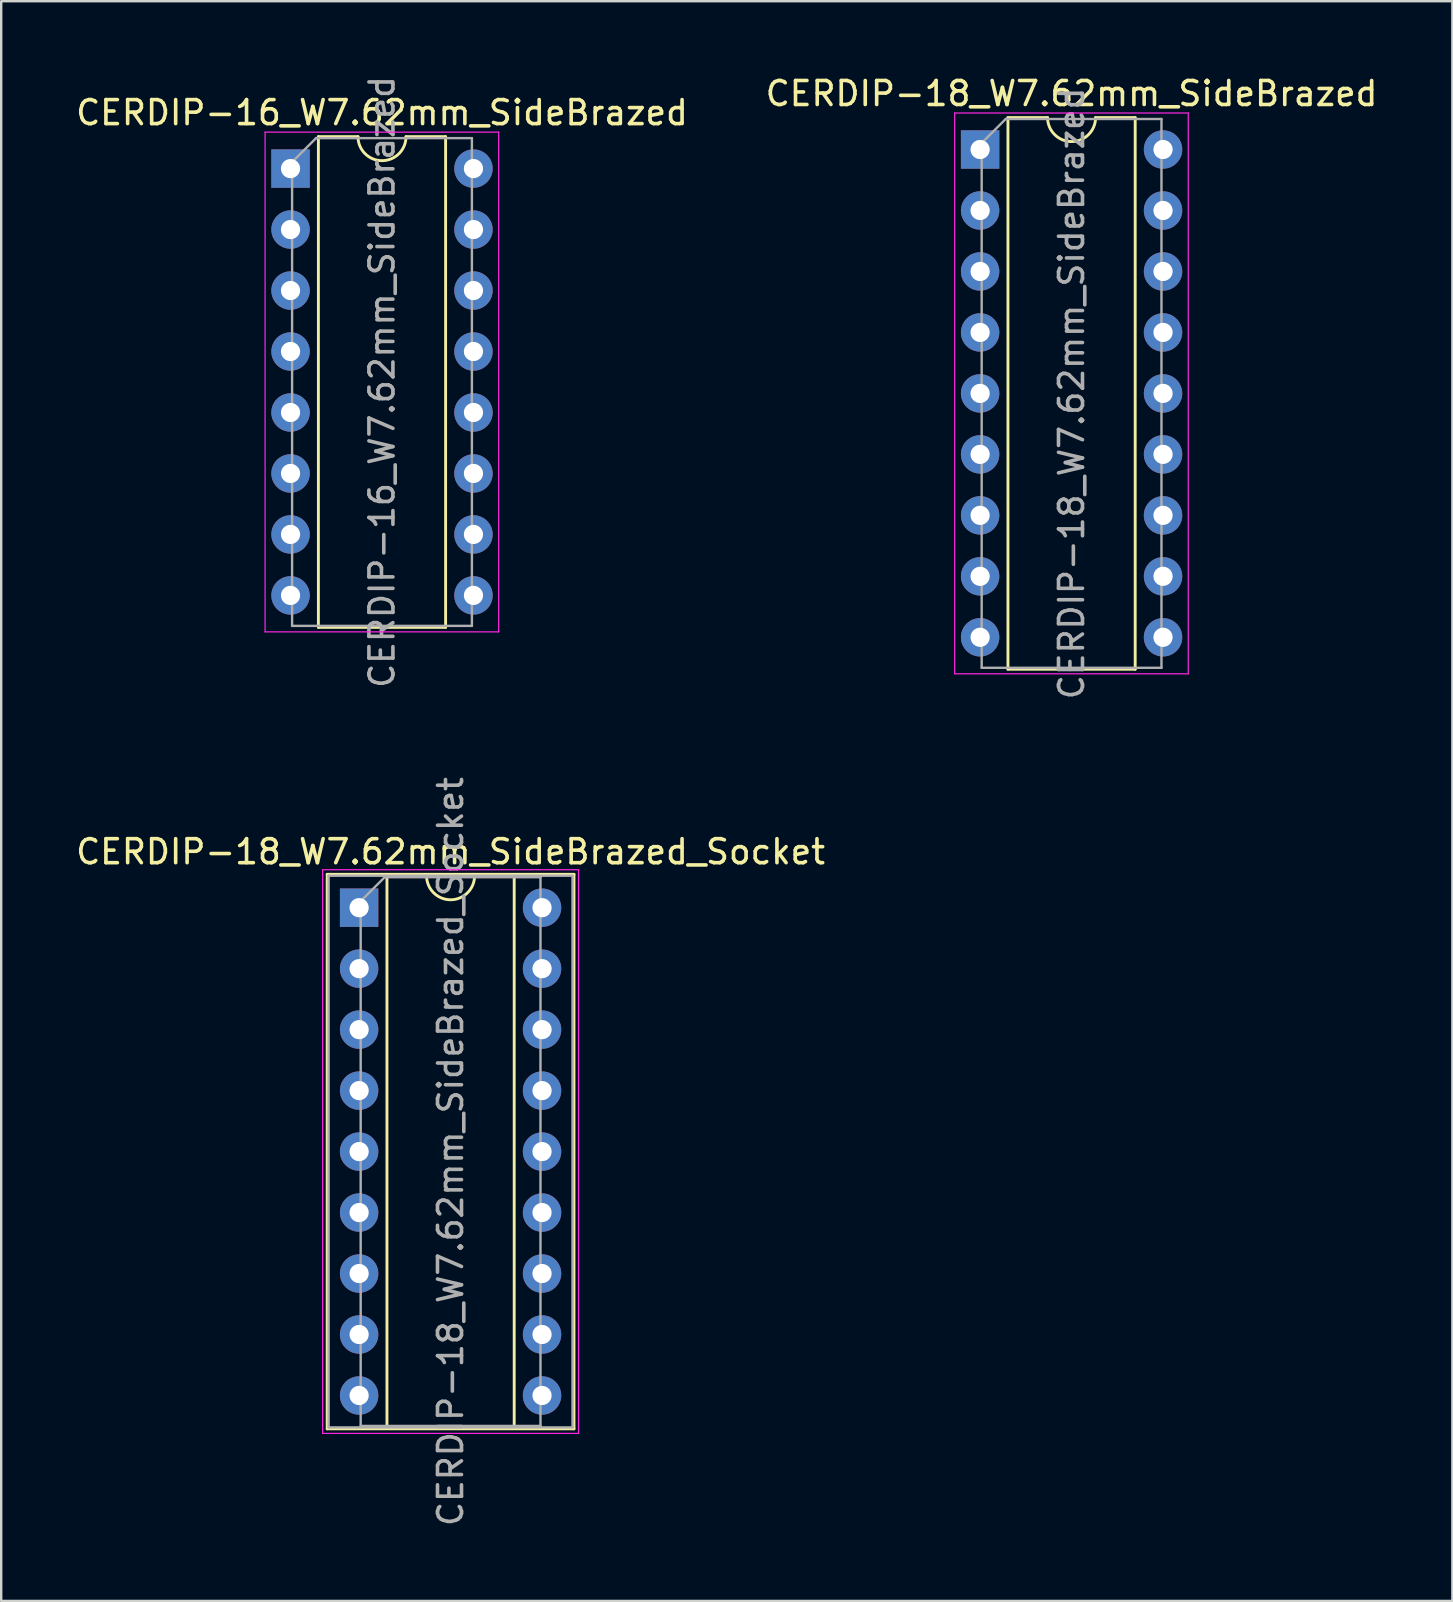
<source format=kicad_pcb>
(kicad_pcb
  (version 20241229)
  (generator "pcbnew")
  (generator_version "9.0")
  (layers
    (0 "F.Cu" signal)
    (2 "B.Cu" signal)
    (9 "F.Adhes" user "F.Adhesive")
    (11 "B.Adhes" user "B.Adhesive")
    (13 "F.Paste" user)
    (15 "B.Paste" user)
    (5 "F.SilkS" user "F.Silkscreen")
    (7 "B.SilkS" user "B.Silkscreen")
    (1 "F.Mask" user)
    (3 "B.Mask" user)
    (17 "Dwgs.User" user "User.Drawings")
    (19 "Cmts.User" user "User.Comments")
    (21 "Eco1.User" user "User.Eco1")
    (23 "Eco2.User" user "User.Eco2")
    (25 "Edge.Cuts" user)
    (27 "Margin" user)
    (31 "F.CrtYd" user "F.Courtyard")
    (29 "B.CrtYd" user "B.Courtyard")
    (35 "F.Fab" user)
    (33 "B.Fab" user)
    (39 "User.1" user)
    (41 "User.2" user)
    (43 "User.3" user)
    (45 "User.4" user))
  (footprint "CERDIP-18_W7.62mm_SideBrazed_Socket"
    (layer "F.Cu")
    (at 11.91 34.762)
    (property "Reference" "CERDIP-18_W7.62mm_SideBrazed_Socket" (at 3.81 -2.33 0) (layer "F.SilkS") (effects (font (size 1 1) (thickness 0.15))))
    (attr through_hole)
    (fp_line (start -1.33 -1.39) (end -1.33 21.71) (stroke (width 0.12) (type solid)) (layer "F.SilkS"))
    (fp_line (start -1.33 21.71) (end 8.95 21.71) (stroke (width 0.12) (type solid)) (layer "F.SilkS"))
    (fp_line (start 1.16 -1.33) (end 1.16 21.65) (stroke (width 0.12) (type solid)) (layer "F.SilkS"))
    (fp_line (start 1.16 21.65) (end 6.46 21.65) (stroke (width 0.12) (type solid)) (layer "F.SilkS"))
    (fp_line (start 2.81 -1.33) (end 1.16 -1.33) (stroke (width 0.12) (type solid)) (layer "F.SilkS"))
    (fp_line (start 6.46 -1.33) (end 4.81 -1.33) (stroke (width 0.12) (type solid)) (layer "F.SilkS"))
    (fp_line (start 6.46 21.65) (end 6.46 -1.33) (stroke (width 0.12) (type solid)) (layer "F.SilkS"))
    (fp_line (start 8.95 -1.39) (end -1.33 -1.39) (stroke (width 0.12) (type solid)) (layer "F.SilkS"))
    (fp_line (start 8.95 21.71) (end 8.95 -1.39) (stroke (width 0.12) (type solid)) (layer "F.SilkS"))
    (fp_arc (start 4.81 -1.33) (mid 3.81 -0.33) (end 2.81 -1.33) (stroke (width 0.12) (type solid)) (layer "F.SilkS"))
    (fp_line (start -1.52 -1.58) (end -1.52 21.9) (stroke (width 0.05) (type solid)) (layer "F.CrtYd"))
    (fp_line (start -1.52 21.9) (end 9.14 21.9) (stroke (width 0.05) (type solid)) (layer "F.CrtYd"))
    (fp_line (start 9.14 -1.58) (end -1.52 -1.58) (stroke (width 0.05) (type solid)) (layer "F.CrtYd"))
    (fp_line (start 9.14 21.9) (end 9.14 -1.58) (stroke (width 0.05) (type solid)) (layer "F.CrtYd"))
    (fp_line (start -1.27 -1.33) (end -1.27 21.65) (stroke (width 0.1) (type solid)) (layer "F.Fab"))
    (fp_line (start -1.27 21.65) (end 8.89 21.65) (stroke (width 0.1) (type solid)) (layer "F.Fab"))
    (fp_line (start 0.065 -0.27) (end 1.065 -1.27) (stroke (width 0.1) (type solid)) (layer "F.Fab"))
    (fp_line (start 0.065 21.59) (end 0.065 -0.27) (stroke (width 0.1) (type solid)) (layer "F.Fab"))
    (fp_line (start 1.065 -1.27) (end 7.555 -1.27) (stroke (width 0.1) (type solid)) (layer "F.Fab"))
    (fp_line (start 7.555 -1.27) (end 7.555 21.59) (stroke (width 0.1) (type solid)) (layer "F.Fab"))
    (fp_line (start 7.555 21.59) (end 0.065 21.59) (stroke (width 0.1) (type solid)) (layer "F.Fab"))
    (fp_line (start 8.89 -1.33) (end -1.27 -1.33) (stroke (width 0.1) (type solid)) (layer "F.Fab"))
    (fp_line (start 8.89 21.65) (end 8.89 -1.33) (stroke (width 0.1) (type solid)) (layer "F.Fab"))
    (fp_text user "${REFERENCE}" (at 3.81 10.16 90) (layer "F.Fab") (effects (font (size 1 1) (thickness 0.15))))
    (pad "1" thru_hole rect (at 0 0) (size 1.6 1.6) (drill 0.8) (layers "*.Cu" "*.Mask"))
    (pad "2" thru_hole circle (at 0 2.54) (size 1.6 1.6) (drill 0.8) (layers "*.Cu" "*.Mask"))
    (pad "3" thru_hole circle (at 0 5.08) (size 1.6 1.6) (drill 0.8) (layers "*.Cu" "*.Mask"))
    (pad "4" thru_hole circle (at 0 7.62) (size 1.6 1.6) (drill 0.8) (layers "*.Cu" "*.Mask"))
    (pad "5" thru_hole circle (at 0 10.16) (size 1.6 1.6) (drill 0.8) (layers "*.Cu" "*.Mask"))
    (pad "6" thru_hole circle (at 0 12.7) (size 1.6 1.6) (drill 0.8) (layers "*.Cu" "*.Mask"))
    (pad "7" thru_hole circle (at 0 15.24) (size 1.6 1.6) (drill 0.8) (layers "*.Cu" "*.Mask"))
    (pad "8" thru_hole circle (at 0 17.78) (size 1.6 1.6) (drill 0.8) (layers "*.Cu" "*.Mask"))
    (pad "9" thru_hole circle (at 0 20.32) (size 1.6 1.6) (drill 0.8) (layers "*.Cu" "*.Mask"))
    (pad "10" thru_hole circle (at 7.62 20.32) (size 1.6 1.6) (drill 0.8) (layers "*.Cu" "*.Mask"))
    (pad "11" thru_hole circle (at 7.62 17.78) (size 1.6 1.6) (drill 0.8) (layers "*.Cu" "*.Mask"))
    (pad "12" thru_hole circle (at 7.62 15.24) (size 1.6 1.6) (drill 0.8) (layers "*.Cu" "*.Mask"))
    (pad "13" thru_hole circle (at 7.62 12.7) (size 1.6 1.6) (drill 0.8) (layers "*.Cu" "*.Mask"))
    (pad "14" thru_hole circle (at 7.62 10.16) (size 1.6 1.6) (drill 0.8) (layers "*.Cu" "*.Mask"))
    (pad "15" thru_hole circle (at 7.62 7.62) (size 1.6 1.6) (drill 0.8) (layers "*.Cu" "*.Mask"))
    (pad "16" thru_hole circle (at 7.62 5.08) (size 1.6 1.6) (drill 0.8) (layers "*.Cu" "*.Mask"))
    (pad "17" thru_hole circle (at 7.62 2.54) (size 1.6 1.6) (drill 0.8) (layers "*.Cu" "*.Mask"))
    (pad "18" thru_hole circle (at 7.62 0) (size 1.6 1.6) (drill 0.8) (layers "*.Cu" "*.Mask")))
  (footprint "CERDIP-16_W7.62mm_SideBrazed"
    (layer "F.Cu")
    (at 9.053 3.973)
    (property "Reference" "CERDIP-16_W7.62mm_SideBrazed" (at 3.81 -2.33 0) (layer "F.SilkS") (effects (font (size 1 1) (thickness 0.15))))
    (attr through_hole)
    (fp_line (start 1.16 -1.33) (end 1.16 19.11) (stroke (width 0.12) (type solid)) (layer "F.SilkS"))
    (fp_line (start 1.16 19.11) (end 6.46 19.11) (stroke (width 0.12) (type solid)) (layer "F.SilkS"))
    (fp_line (start 2.81 -1.33) (end 1.16 -1.33) (stroke (width 0.12) (type solid)) (layer "F.SilkS"))
    (fp_line (start 6.46 -1.33) (end 4.81 -1.33) (stroke (width 0.12) (type solid)) (layer "F.SilkS"))
    (fp_line (start 6.46 19.11) (end 6.46 -1.33) (stroke (width 0.12) (type solid)) (layer "F.SilkS"))
    (fp_arc (start 4.81 -1.33) (mid 3.81 -0.33) (end 2.81 -1.33) (stroke (width 0.12) (type solid)) (layer "F.SilkS"))
    (fp_line (start -1.06 -1.52) (end -1.06 19.3) (stroke (width 0.05) (type solid)) (layer "F.CrtYd"))
    (fp_line (start -1.06 19.3) (end 8.67 19.3) (stroke (width 0.05) (type solid)) (layer "F.CrtYd"))
    (fp_line (start 8.67 -1.52) (end -1.06 -1.52) (stroke (width 0.05) (type solid)) (layer "F.CrtYd"))
    (fp_line (start 8.67 19.3) (end 8.67 -1.52) (stroke (width 0.05) (type solid)) (layer "F.CrtYd"))
    (fp_line (start 0.065 -0.27) (end 1.065 -1.27) (stroke (width 0.1) (type solid)) (layer "F.Fab"))
    (fp_line (start 0.065 19.05) (end 0.065 -0.27) (stroke (width 0.1) (type solid)) (layer "F.Fab"))
    (fp_line (start 1.065 -1.27) (end 7.555 -1.27) (stroke (width 0.1) (type solid)) (layer "F.Fab"))
    (fp_line (start 7.555 -1.27) (end 7.555 19.05) (stroke (width 0.1) (type solid)) (layer "F.Fab"))
    (fp_line (start 7.555 19.05) (end 0.065 19.05) (stroke (width 0.1) (type solid)) (layer "F.Fab"))
    (fp_text user "${REFERENCE}" (at 3.81 8.89 90) (layer "F.Fab") (effects (font (size 1 1) (thickness 0.15))))
    (pad "1" thru_hole rect (at 0 0) (size 1.6 1.6) (drill 0.8) (layers "*.Cu" "*.Mask"))
    (pad "2" thru_hole circle (at 0 2.54) (size 1.6 1.6) (drill 0.8) (layers "*.Cu" "*.Mask"))
    (pad "3" thru_hole circle (at 0 5.08) (size 1.6 1.6) (drill 0.8) (layers "*.Cu" "*.Mask"))
    (pad "4" thru_hole circle (at 0 7.62) (size 1.6 1.6) (drill 0.8) (layers "*.Cu" "*.Mask"))
    (pad "5" thru_hole circle (at 0 10.16) (size 1.6 1.6) (drill 0.8) (layers "*.Cu" "*.Mask"))
    (pad "6" thru_hole circle (at 0 12.7) (size 1.6 1.6) (drill 0.8) (layers "*.Cu" "*.Mask"))
    (pad "7" thru_hole circle (at 0 15.24) (size 1.6 1.6) (drill 0.8) (layers "*.Cu" "*.Mask"))
    (pad "8" thru_hole circle (at 0 17.78) (size 1.6 1.6) (drill 0.8) (layers "*.Cu" "*.Mask"))
    (pad "9" thru_hole circle (at 7.62 17.78) (size 1.6 1.6) (drill 0.8) (layers "*.Cu" "*.Mask"))
    (pad "10" thru_hole circle (at 7.62 15.24) (size 1.6 1.6) (drill 0.8) (layers "*.Cu" "*.Mask"))
    (pad "11" thru_hole circle (at 7.62 12.7) (size 1.6 1.6) (drill 0.8) (layers "*.Cu" "*.Mask"))
    (pad "12" thru_hole circle (at 7.62 10.16) (size 1.6 1.6) (drill 0.8) (layers "*.Cu" "*.Mask"))
    (pad "13" thru_hole circle (at 7.62 7.62) (size 1.6 1.6) (drill 0.8) (layers "*.Cu" "*.Mask"))
    (pad "14" thru_hole circle (at 7.62 5.08) (size 1.6 1.6) (drill 0.8) (layers "*.Cu" "*.Mask"))
    (pad "15" thru_hole circle (at 7.62 2.54) (size 1.6 1.6) (drill 0.8) (layers "*.Cu" "*.Mask"))
    (pad "16" thru_hole circle (at 7.62 0) (size 1.6 1.6) (drill 0.8) (layers "*.Cu" "*.Mask")))
  (footprint "CERDIP-18_W7.62mm_SideBrazed"
    (layer "F.Cu")
    (at 37.779 3.178)
    (property "Reference" "CERDIP-18_W7.62mm_SideBrazed" (at 3.81 -2.33 0) (layer "F.SilkS") (effects (font (size 1 1) (thickness 0.15))))
    (attr through_hole)
    (fp_line (start 1.16 -1.33) (end 1.16 21.65) (stroke (width 0.12) (type solid)) (layer "F.SilkS"))
    (fp_line (start 1.16 21.65) (end 6.46 21.65) (stroke (width 0.12) (type solid)) (layer "F.SilkS"))
    (fp_line (start 2.81 -1.33) (end 1.16 -1.33) (stroke (width 0.12) (type solid)) (layer "F.SilkS"))
    (fp_line (start 6.46 -1.33) (end 4.81 -1.33) (stroke (width 0.12) (type solid)) (layer "F.SilkS"))
    (fp_line (start 6.46 21.65) (end 6.46 -1.33) (stroke (width 0.12) (type solid)) (layer "F.SilkS"))
    (fp_arc (start 4.81 -1.33) (mid 3.81 -0.33) (end 2.81 -1.33) (stroke (width 0.12) (type solid)) (layer "F.SilkS"))
    (fp_line (start -1.06 -1.52) (end -1.06 21.84) (stroke (width 0.05) (type solid)) (layer "F.CrtYd"))
    (fp_line (start -1.06 21.84) (end 8.67 21.84) (stroke (width 0.05) (type solid)) (layer "F.CrtYd"))
    (fp_line (start 8.67 -1.52) (end -1.06 -1.52) (stroke (width 0.05) (type solid)) (layer "F.CrtYd"))
    (fp_line (start 8.67 21.84) (end 8.67 -1.52) (stroke (width 0.05) (type solid)) (layer "F.CrtYd"))
    (fp_line (start 0.065 -0.27) (end 1.065 -1.27) (stroke (width 0.1) (type solid)) (layer "F.Fab"))
    (fp_line (start 0.065 21.59) (end 0.065 -0.27) (stroke (width 0.1) (type solid)) (layer "F.Fab"))
    (fp_line (start 1.065 -1.27) (end 7.555 -1.27) (stroke (width 0.1) (type solid)) (layer "F.Fab"))
    (fp_line (start 7.555 -1.27) (end 7.555 21.59) (stroke (width 0.1) (type solid)) (layer "F.Fab"))
    (fp_line (start 7.555 21.59) (end 0.065 21.59) (stroke (width 0.1) (type solid)) (layer "F.Fab"))
    (fp_text user "${REFERENCE}" (at 3.81 10.16 90) (layer "F.Fab") (effects (font (size 1 1) (thickness 0.15))))
    (pad "1" thru_hole rect (at 0 0) (size 1.6 1.6) (drill 0.8) (layers "*.Cu" "*.Mask"))
    (pad "2" thru_hole circle (at 0 2.54) (size 1.6 1.6) (drill 0.8) (layers "*.Cu" "*.Mask"))
    (pad "3" thru_hole circle (at 0 5.08) (size 1.6 1.6) (drill 0.8) (layers "*.Cu" "*.Mask"))
    (pad "4" thru_hole circle (at 0 7.62) (size 1.6 1.6) (drill 0.8) (layers "*.Cu" "*.Mask"))
    (pad "5" thru_hole circle (at 0 10.16) (size 1.6 1.6) (drill 0.8) (layers "*.Cu" "*.Mask"))
    (pad "6" thru_hole circle (at 0 12.7) (size 1.6 1.6) (drill 0.8) (layers "*.Cu" "*.Mask"))
    (pad "7" thru_hole circle (at 0 15.24) (size 1.6 1.6) (drill 0.8) (layers "*.Cu" "*.Mask"))
    (pad "8" thru_hole circle (at 0 17.78) (size 1.6 1.6) (drill 0.8) (layers "*.Cu" "*.Mask"))
    (pad "9" thru_hole circle (at 0 20.32) (size 1.6 1.6) (drill 0.8) (layers "*.Cu" "*.Mask"))
    (pad "10" thru_hole circle (at 7.62 20.32) (size 1.6 1.6) (drill 0.8) (layers "*.Cu" "*.Mask"))
    (pad "11" thru_hole circle (at 7.62 17.78) (size 1.6 1.6) (drill 0.8) (layers "*.Cu" "*.Mask"))
    (pad "12" thru_hole circle (at 7.62 15.24) (size 1.6 1.6) (drill 0.8) (layers "*.Cu" "*.Mask"))
    (pad "13" thru_hole circle (at 7.62 12.7) (size 1.6 1.6) (drill 0.8) (layers "*.Cu" "*.Mask"))
    (pad "14" thru_hole circle (at 7.62 10.16) (size 1.6 1.6) (drill 0.8) (layers "*.Cu" "*.Mask"))
    (pad "15" thru_hole circle (at 7.62 7.62) (size 1.6 1.6) (drill 0.8) (layers "*.Cu" "*.Mask"))
    (pad "16" thru_hole circle (at 7.62 5.08) (size 1.6 1.6) (drill 0.8) (layers "*.Cu" "*.Mask"))
    (pad "17" thru_hole circle (at 7.62 2.54) (size 1.6 1.6) (drill 0.8) (layers "*.Cu" "*.Mask"))
    (pad "18" thru_hole circle (at 7.62 0) (size 1.6 1.6) (drill 0.8) (layers "*.Cu" "*.Mask")))
  (gr_rect
    (start -3 -3)
    (end 57.452 63.642)
    (stroke (width 0.1) (type default))
    (fill no)
    (layer "Edge.Cuts")))
</source>
